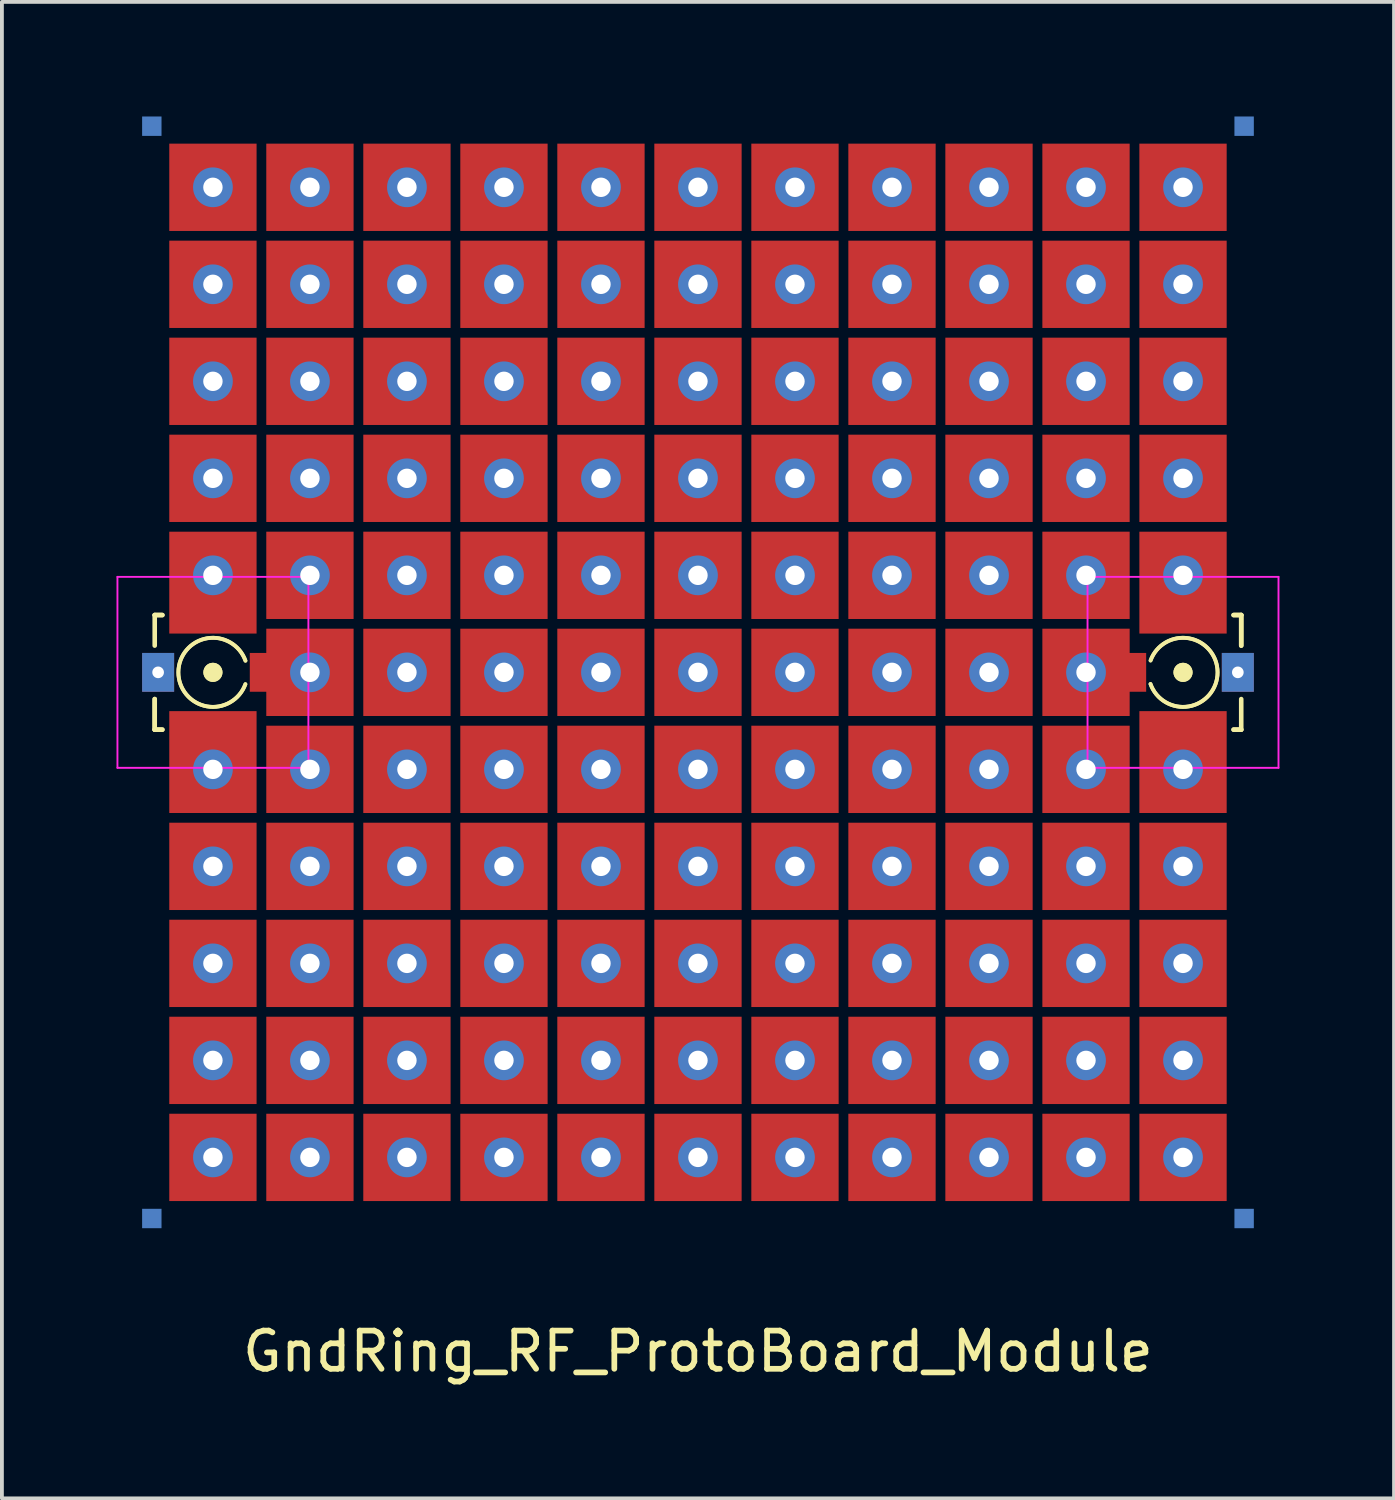
<source format=kicad_pcb>
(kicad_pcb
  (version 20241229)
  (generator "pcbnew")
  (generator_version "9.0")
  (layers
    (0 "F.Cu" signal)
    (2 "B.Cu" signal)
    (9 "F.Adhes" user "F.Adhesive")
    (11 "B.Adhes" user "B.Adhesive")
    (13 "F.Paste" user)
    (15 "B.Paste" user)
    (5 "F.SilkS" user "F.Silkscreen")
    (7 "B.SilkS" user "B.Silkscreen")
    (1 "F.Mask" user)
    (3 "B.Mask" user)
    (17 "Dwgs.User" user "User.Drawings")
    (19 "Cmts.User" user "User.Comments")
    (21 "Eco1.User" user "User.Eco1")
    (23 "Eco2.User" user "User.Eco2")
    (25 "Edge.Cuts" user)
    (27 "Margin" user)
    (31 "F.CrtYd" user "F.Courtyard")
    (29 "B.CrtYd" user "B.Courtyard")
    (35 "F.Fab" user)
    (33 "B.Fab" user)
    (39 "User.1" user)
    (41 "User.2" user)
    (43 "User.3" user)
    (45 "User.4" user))
  (footprint "GndRing_RF_ProtoBoard_Module"
    (layer "F.Cu")
    (at 15.225 14.554)
    (property "Reference" "GndRing_RF_ProtoBoard_Module" (at 0 17.78 0) (unlocked yes) (layer "F.SilkS") (effects (font (size 1 1) (thickness 0.15))))
    (attr exclude_from_bom)
    (fp_line (start -14.224 -1.5) (end -14.024 -1.5) (stroke (width 0.12) (type solid)) (layer "F.SilkS"))
    (fp_line (start -14.224 -1.5) (end -14.024 -1.5) (stroke (width 0.12) (type solid)) (layer "F.SilkS"))
    (fp_line (start -14.224 -0.7) (end -14.224 -1.5) (stroke (width 0.12) (type solid)) (layer "F.SilkS"))
    (fp_line (start -14.224 1.5) (end -14.224 0.7) (stroke (width 0.12) (type solid)) (layer "F.SilkS"))
    (fp_line (start -14.224 1.5) (end -14.224 0.7) (stroke (width 0.12) (type solid)) (layer "F.SilkS"))
    (fp_line (start -14.024 1.5) (end -14.224 1.5) (stroke (width 0.12) (type solid)) (layer "F.SilkS"))
    (fp_line (start -14.024 1.5) (end -14.224 1.5) (stroke (width 0.12) (type solid)) (layer "F.SilkS"))
    (fp_line (start 14.024 -1.5) (end 14.224 -1.5) (stroke (width 0.12) (type solid)) (layer "F.SilkS"))
    (fp_line (start 14.024 -1.5) (end 14.224 -1.5) (stroke (width 0.12) (type solid)) (layer "F.SilkS"))
    (fp_line (start 14.224 -1.5) (end 14.224 -0.7) (stroke (width 0.12) (type solid)) (layer "F.SilkS"))
    (fp_line (start 14.224 -1.5) (end 14.224 -0.7) (stroke (width 0.12) (type solid)) (layer "F.SilkS"))
    (fp_line (start 14.224 0.7) (end 14.224 1.5) (stroke (width 0.12) (type solid)) (layer "F.SilkS"))
    (fp_line (start 14.224 1.5) (end 14.024 1.5) (stroke (width 0.12) (type solid)) (layer "F.SilkS"))
    (fp_line (start 14.224 1.5) (end 14.024 1.5) (stroke (width 0.12) (type solid)) (layer "F.SilkS"))
    (fp_arc (start -11.85 0.31) (mid -13.604761 -0.002674) (end -11.848183 -0.304971) (stroke (width 0.1) (type default)) (layer "F.SilkS"))
    (fp_arc (start -11.85 0.31) (mid -13.604761 -0.002674) (end -11.848183 -0.304971) (stroke (width 0.1) (type default)) (layer "F.SilkS"))
    (fp_arc (start 11.85 -0.31) (mid 13.604761 0.002674) (end 11.848183 0.304971) (stroke (width 0.1) (type default)) (layer "F.SilkS"))
    (fp_arc (start 11.85 -0.31) (mid 13.604761 0.002674) (end 11.848183 0.304971) (stroke (width 0.1) (type default)) (layer "F.SilkS"))
    (fp_circle (center -12.7 0) (end -12.7 -0.2) (stroke (width 0.1) (type solid)) (fill no) (layer "F.SilkS"))
    (fp_circle (center -12.7 0) (end -12.7 -0.2) (stroke (width 0.1) (type solid)) (fill no) (layer "F.SilkS"))
    (fp_circle (center -12.7 0) (end -12.7 -0.125) (stroke (width 0.1) (type solid)) (fill no) (layer "F.SilkS"))
    (fp_circle (center -12.7 0) (end -12.7 -0.125) (stroke (width 0.1) (type solid)) (fill no) (layer "F.SilkS"))
    (fp_circle (center -12.7 0) (end -12.7 -0.05) (stroke (width 0.1) (type solid)) (fill no) (layer "F.SilkS"))
    (fp_circle (center -12.7 0) (end -12.7 -0.05) (stroke (width 0.1) (type solid)) (fill no) (layer "F.SilkS"))
    (fp_circle (center 12.7 0) (end 12.7 0.05) (stroke (width 0.1) (type solid)) (fill no) (layer "F.SilkS"))
    (fp_circle (center 12.7 0) (end 12.7 0.05) (stroke (width 0.1) (type solid)) (fill no) (layer "F.SilkS"))
    (fp_circle (center 12.7 0) (end 12.7 0.125) (stroke (width 0.1) (type solid)) (fill no) (layer "F.SilkS"))
    (fp_circle (center 12.7 0) (end 12.7 0.125) (stroke (width 0.1) (type solid)) (fill no) (layer "F.SilkS"))
    (fp_circle (center 12.7 0) (end 12.7 0.2) (stroke (width 0.1) (type solid)) (fill no) (layer "F.SilkS"))
    (fp_circle (center 12.7 0) (end 12.7 0.2) (stroke (width 0.1) (type solid)) (fill no) (layer "F.SilkS"))
    (fp_line (start -15.2 -2.5) (end -15.2 2.5) (stroke (width 0.05) (type solid)) (layer "F.CrtYd"))
    (fp_line (start -15.2 2.5) (end -10.2 2.5) (stroke (width 0.05) (type solid)) (layer "F.CrtYd"))
    (fp_line (start -10.2 -2.5) (end -15.2 -2.5) (stroke (width 0.05) (type solid)) (layer "F.CrtYd"))
    (fp_line (start -10.2 2.5) (end -10.2 -2.5) (stroke (width 0.05) (type solid)) (layer "F.CrtYd"))
    (fp_line (start 10.2 -2.5) (end 10.2 2.5) (stroke (width 0.05) (type solid)) (layer "F.CrtYd"))
    (fp_line (start 10.2 2.5) (end 15.2 2.5) (stroke (width 0.05) (type solid)) (layer "F.CrtYd"))
    (fp_line (start 15.2 -2.5) (end 10.2 -2.5) (stroke (width 0.05) (type solid)) (layer "F.CrtYd"))
    (fp_line (start 15.2 2.5) (end 15.2 -2.5) (stroke (width 0.05) (type solid)) (layer "F.CrtYd"))
    (pad "" smd circle (at -12.7 -12.7) (size 2.134 2.134) (layers "B.Mask"))
    (pad "" smd circle (at -12.7 -10.16) (size 2.134 2.134) (layers "B.Mask"))
    (pad "" smd circle (at -12.7 -7.62) (size 2.134 2.134) (layers "B.Mask"))
    (pad "" smd circle (at -12.7 -5.08) (size 2.134 2.134) (layers "B.Mask"))
    (pad "" smd circle (at -12.7 -2.54) (size 2.134 2.134) (layers "B.Mask"))
    (pad "" smd circle (at -12.7 2.54 180) (size 2.134 2.134) (layers "B.Mask"))
    (pad "" smd circle (at -12.7 5.08) (size 2.134 2.134) (layers "B.Mask"))
    (pad "" smd circle (at -12.7 7.62) (size 2.134 2.134) (layers "B.Mask"))
    (pad "" smd circle (at -12.7 10.16) (size 2.134 2.134) (layers "B.Mask"))
    (pad "" smd circle (at -12.7 12.7) (size 2.134 2.134) (layers "B.Mask"))
    (pad "" smd circle (at -10.16 -12.7) (size 2.134 2.134) (layers "B.Mask"))
    (pad "" smd circle (at -10.16 -10.16) (size 2.134 2.134) (layers "B.Mask"))
    (pad "" smd circle (at -10.16 -7.62) (size 2.134 2.134) (layers "B.Mask"))
    (pad "" smd circle (at -10.16 -5.08) (size 2.134 2.134) (layers "B.Mask"))
    (pad "" smd circle (at -10.16 -2.54) (size 2.134 2.134) (layers "B.Mask"))
    (pad "" smd circle (at -10.16 0 180) (size 2.134 2.134) (layers "B.Mask"))
    (pad "" smd circle (at -10.16 2.54) (size 2.134 2.134) (layers "B.Mask"))
    (pad "" smd circle (at -10.16 5.08) (size 2.134 2.134) (layers "B.Mask"))
    (pad "" smd circle (at -10.16 7.62) (size 2.134 2.134) (layers "B.Mask"))
    (pad "" smd circle (at -10.16 10.16) (size 2.134 2.134) (layers "B.Mask"))
    (pad "" smd circle (at -10.16 12.7) (size 2.134 2.134) (layers "B.Mask"))
    (pad "" smd circle (at -7.62 -12.7) (size 2.134 2.134) (layers "B.Mask"))
    (pad "" smd circle (at -7.62 -10.16) (size 2.134 2.134) (layers "B.Mask"))
    (pad "" smd circle (at -7.62 -7.62) (size 2.134 2.134) (layers "B.Mask"))
    (pad "" smd circle (at -7.62 -5.08) (size 2.134 2.134) (layers "B.Mask"))
    (pad "" smd circle (at -7.62 -2.54) (size 2.134 2.134) (layers "B.Mask"))
    (pad "" smd circle (at -7.62 0) (size 2.134 2.134) (layers "B.Mask"))
    (pad "" smd circle (at -7.62 2.54) (size 2.134 2.134) (layers "B.Mask"))
    (pad "" smd circle (at -7.62 5.08) (size 2.134 2.134) (layers "B.Mask"))
    (pad "" smd circle (at -7.62 7.62) (size 2.134 2.134) (layers "B.Mask"))
    (pad "" smd circle (at -7.62 10.16) (size 2.134 2.134) (layers "B.Mask"))
    (pad "" smd circle (at -7.62 12.7) (size 2.134 2.134) (layers "B.Mask"))
    (pad "" smd circle (at -5.08 -12.7) (size 2.134 2.134) (layers "B.Mask"))
    (pad "" smd circle (at -5.08 -10.16) (size 2.134 2.134) (layers "B.Mask"))
    (pad "" smd circle (at -5.08 -7.62) (size 2.134 2.134) (layers "B.Mask"))
    (pad "" smd circle (at -5.08 -5.08) (size 2.134 2.134) (layers "B.Mask"))
    (pad "" smd circle (at -5.08 -2.54) (size 2.134 2.134) (layers "B.Mask"))
    (pad "" smd circle (at -5.08 0) (size 2.134 2.134) (layers "B.Mask"))
    (pad "" smd circle (at -5.08 2.54) (size 2.134 2.134) (layers "B.Mask"))
    (pad "" smd circle (at -5.08 5.08) (size 2.134 2.134) (layers "B.Mask"))
    (pad "" smd circle (at -5.08 7.62) (size 2.134 2.134) (layers "B.Mask"))
    (pad "" smd circle (at -5.08 10.16) (size 2.134 2.134) (layers "B.Mask"))
    (pad "" smd circle (at -5.08 12.7) (size 2.134 2.134) (layers "B.Mask"))
    (pad "" smd circle (at -2.54 -12.7) (size 2.134 2.134) (layers "B.Mask"))
    (pad "" smd circle (at -2.54 -10.16) (size 2.134 2.134) (layers "B.Mask"))
    (pad "" smd circle (at -2.54 -7.62) (size 2.134 2.134) (layers "B.Mask"))
    (pad "" smd circle (at -2.54 -5.08) (size 2.134 2.134) (layers "B.Mask"))
    (pad "" smd circle (at -2.54 -2.54) (size 2.134 2.134) (layers "B.Mask"))
    (pad "" smd circle (at -2.54 0) (size 2.134 2.134) (layers "B.Mask"))
    (pad "" smd circle (at -2.54 2.54) (size 2.134 2.134) (layers "B.Mask"))
    (pad "" smd circle (at -2.54 5.08) (size 2.134 2.134) (layers "B.Mask"))
    (pad "" smd circle (at -2.54 7.62) (size 2.134 2.134) (layers "B.Mask"))
    (pad "" smd circle (at -2.54 10.16) (size 2.134 2.134) (layers "B.Mask"))
    (pad "" smd circle (at -2.54 12.7) (size 2.134 2.134) (layers "B.Mask"))
    (pad "" smd circle (at 0 -12.7) (size 2.134 2.134) (layers "B.Mask"))
    (pad "" smd circle (at 0 -10.16) (size 2.134 2.134) (layers "B.Mask"))
    (pad "" smd circle (at 0 -7.62) (size 2.134 2.134) (layers "B.Mask"))
    (pad "" smd circle (at 0 -5.08) (size 2.134 2.134) (layers "B.Mask"))
    (pad "" smd circle (at 0 -2.54) (size 2.134 2.134) (layers "B.Mask"))
    (pad "" smd circle (at 0 0) (size 2.134 2.134) (layers "B.Mask"))
    (pad "" smd rect (at 0 0) (size 29.108 29.108) (layers "F.Mask"))
    (pad "" smd circle (at 0 2.54) (size 2.134 2.134) (layers "B.Mask"))
    (pad "" smd circle (at 0 5.08) (size 2.134 2.134) (layers "B.Mask"))
    (pad "" smd circle (at 0 7.62) (size 2.134 2.134) (layers "B.Mask"))
    (pad "" smd circle (at 0 10.16) (size 2.134 2.134) (layers "B.Mask"))
    (pad "" smd circle (at 0 12.7) (size 2.134 2.134) (layers "B.Mask"))
    (pad "" smd circle (at 2.54 -12.7) (size 2.134 2.134) (layers "B.Mask"))
    (pad "" smd circle (at 2.54 -10.16) (size 2.134 2.134) (layers "B.Mask"))
    (pad "" smd circle (at 2.54 -7.62) (size 2.134 2.134) (layers "B.Mask"))
    (pad "" smd circle (at 2.54 -5.08) (size 2.134 2.134) (layers "B.Mask"))
    (pad "" smd circle (at 2.54 -2.54) (size 2.134 2.134) (layers "B.Mask"))
    (pad "" smd circle (at 2.54 0) (size 2.134 2.134) (layers "B.Mask"))
    (pad "" smd circle (at 2.54 2.54) (size 2.134 2.134) (layers "B.Mask"))
    (pad "" smd circle (at 2.54 5.08) (size 2.134 2.134) (layers "B.Mask"))
    (pad "" smd circle (at 2.54 7.62) (size 2.134 2.134) (layers "B.Mask"))
    (pad "" smd circle (at 2.54 10.16) (size 2.134 2.134) (layers "B.Mask"))
    (pad "" smd circle (at 2.54 12.7) (size 2.134 2.134) (layers "B.Mask"))
    (pad "" smd circle (at 5.08 -12.7) (size 2.134 2.134) (layers "B.Mask"))
    (pad "" smd circle (at 5.08 -10.16) (size 2.134 2.134) (layers "B.Mask"))
    (pad "" smd circle (at 5.08 -7.62) (size 2.134 2.134) (layers "B.Mask"))
    (pad "" smd circle (at 5.08 -5.08) (size 2.134 2.134) (layers "B.Mask"))
    (pad "" smd circle (at 5.08 -2.54) (size 2.134 2.134) (layers "B.Mask"))
    (pad "" smd circle (at 5.08 0) (size 2.134 2.134) (layers "B.Mask"))
    (pad "" smd circle (at 5.08 2.54) (size 2.134 2.134) (layers "B.Mask"))
    (pad "" smd circle (at 5.08 5.08) (size 2.134 2.134) (layers "B.Mask"))
    (pad "" smd circle (at 5.08 7.62) (size 2.134 2.134) (layers "B.Mask"))
    (pad "" smd circle (at 5.08 10.16) (size 2.134 2.134) (layers "B.Mask"))
    (pad "" smd circle (at 5.08 12.7) (size 2.134 2.134) (layers "B.Mask"))
    (pad "" smd circle (at 7.62 -12.7) (size 2.134 2.134) (layers "B.Mask"))
    (pad "" smd circle (at 7.62 -10.16) (size 2.134 2.134) (layers "B.Mask"))
    (pad "" smd circle (at 7.62 -7.62) (size 2.134 2.134) (layers "B.Mask"))
    (pad "" smd circle (at 7.62 -5.08) (size 2.134 2.134) (layers "B.Mask"))
    (pad "" smd circle (at 7.62 -2.54) (size 2.134 2.134) (layers "B.Mask"))
    (pad "" smd circle (at 7.62 0) (size 2.134 2.134) (layers "B.Mask"))
    (pad "" smd circle (at 7.62 2.54) (size 2.134 2.134) (layers "B.Mask"))
    (pad "" smd circle (at 7.62 5.08) (size 2.134 2.134) (layers "B.Mask"))
    (pad "" smd circle (at 7.62 7.62) (size 2.134 2.134) (layers "B.Mask"))
    (pad "" smd circle (at 7.62 10.16) (size 2.134 2.134) (layers "B.Mask"))
    (pad "" smd circle (at 7.62 12.7) (size 2.134 2.134) (layers "B.Mask"))
    (pad "" smd circle (at 10.16 -12.7) (size 2.134 2.134) (layers "B.Mask"))
    (pad "" smd circle (at 10.16 -10.16) (size 2.134 2.134) (layers "B.Mask"))
    (pad "" smd circle (at 10.16 -7.62) (size 2.134 2.134) (layers "B.Mask"))
    (pad "" smd circle (at 10.16 -5.08) (size 2.134 2.134) (layers "B.Mask"))
    (pad "" smd circle (at 10.16 -2.54) (size 2.134 2.134) (layers "B.Mask"))
    (pad "" smd circle (at 10.16 0) (size 2.134 2.134) (layers "B.Mask"))
    (pad "" smd circle (at 10.16 2.54) (size 2.134 2.134) (layers "B.Mask"))
    (pad "" smd circle (at 10.16 5.08) (size 2.134 2.134) (layers "B.Mask"))
    (pad "" smd circle (at 10.16 7.62) (size 2.134 2.134) (layers "B.Mask"))
    (pad "" smd circle (at 10.16 10.16) (size 2.134 2.134) (layers "B.Mask"))
    (pad "" smd circle (at 10.16 12.7) (size 2.134 2.134) (layers "B.Mask"))
    (pad "" smd circle (at 12.7 -12.7) (size 2.134 2.134) (layers "B.Mask"))
    (pad "" smd circle (at 12.7 -10.16) (size 2.134 2.134) (layers "B.Mask"))
    (pad "" smd circle (at 12.7 -7.62) (size 2.134 2.134) (layers "B.Mask"))
    (pad "" smd circle (at 12.7 -5.08) (size 2.134 2.134) (layers "B.Mask"))
    (pad "" smd circle (at 12.7 -2.54) (size 2.134 2.134) (layers "B.Mask"))
    (pad "" smd circle (at 12.7 2.54 180) (size 2.134 2.134) (layers "B.Mask"))
    (pad "" smd circle (at 12.7 5.08) (size 2.134 2.134) (layers "B.Mask"))
    (pad "" smd circle (at 12.7 7.62) (size 2.134 2.134) (layers "B.Mask"))
    (pad "" smd circle (at 12.7 10.16) (size 2.134 2.134) (layers "B.Mask"))
    (pad "" smd circle (at 12.7 12.7) (size 2.134 2.134) (layers "B.Mask"))
    (pad "0" smd rect (at -14.3 -14.3) (size 0.508 0.508) (layers "B.Cu"))
    (pad "0" smd rect (at -14.3 14.3) (size 0.508 0.508) (layers "B.Cu"))
    (pad "0" smd rect (at 14.3 -14.3) (size 0.508 0.508) (layers "B.Cu"))
    (pad "0" smd rect (at 14.3 14.3) (size 0.508 0.508) (layers "B.Cu"))
    (pad "1a" thru_hole circle (at -12.7 -12.7) (size 1.041 1.041) (drill 0.508) (layers "*.Cu" "*.Mask"))
    (pad "1a" smd rect (at -12.7 -12.7) (size 2.286 2.286) (layers "F.Cu" "F.Mask"))
    (pad "1b" thru_hole circle (at -10.16 -12.7) (size 1.041 1.041) (drill 0.508) (layers "*.Cu" "*.Mask"))
    (pad "1b" smd rect (at -10.16 -12.7) (size 2.286 2.286) (layers "F.Cu" "F.Mask"))
    (pad "1c" thru_hole circle (at -7.62 -12.7) (size 1.041 1.041) (drill 0.508) (layers "*.Cu" "*.Mask"))
    (pad "1c" smd rect (at -7.62 -12.7) (size 2.286 2.286) (layers "F.Cu" "F.Mask"))
    (pad "1d" thru_hole circle (at -5.08 -12.7) (size 1.041 1.041) (drill 0.508) (layers "*.Cu" "*.Mask"))
    (pad "1d" smd rect (at -5.08 -12.7) (size 2.286 2.286) (layers "F.Cu" "F.Mask"))
    (pad "1e" thru_hole circle (at -2.54 -12.7) (size 1.041 1.041) (drill 0.508) (layers "*.Cu" "*.Mask"))
    (pad "1e" smd rect (at -2.54 -12.7) (size 2.286 2.286) (layers "F.Cu" "F.Mask"))
    (pad "1f" thru_hole circle (at 0 -12.7) (size 1.041 1.041) (drill 0.508) (layers "*.Cu" "*.Mask"))
    (pad "1f" smd rect (at 0 -12.7) (size 2.286 2.286) (layers "F.Cu" "F.Mask"))
    (pad "1g" thru_hole circle (at 2.54 -12.7) (size 1.041 1.041) (drill 0.508) (layers "*.Cu" "*.Mask"))
    (pad "1g" smd rect (at 2.54 -12.7) (size 2.286 2.286) (layers "F.Cu" "F.Mask"))
    (pad "1h" thru_hole circle (at 5.08 -12.7) (size 1.041 1.041) (drill 0.508) (layers "*.Cu" "*.Mask"))
    (pad "1h" smd rect (at 5.08 -12.7) (size 2.286 2.286) (layers "F.Cu" "F.Mask"))
    (pad "1i" thru_hole circle (at 7.62 -12.7) (size 1.041 1.041) (drill 0.508) (layers "*.Cu" "*.Mask"))
    (pad "1i" smd rect (at 7.62 -12.7) (size 2.286 2.286) (layers "F.Cu" "F.Mask"))
    (pad "1j" thru_hole circle (at 10.16 -12.7) (size 1.041 1.041) (drill 0.508) (layers "*.Cu" "*.Mask"))
    (pad "1j" smd rect (at 10.16 -12.7) (size 2.286 2.286) (layers "F.Cu" "F.Mask"))
    (pad "1k" thru_hole circle (at 12.7 -12.7) (size 1.041 1.041) (drill 0.508) (layers "*.Cu" "*.Mask"))
    (pad "1k" smd rect (at 12.7 -12.7) (size 2.286 2.286) (layers "F.Cu" "F.Mask"))
    (pad "2a" thru_hole circle (at -12.7 -10.16) (size 1.041 1.041) (drill 0.508) (layers "*.Cu" "*.Mask"))
    (pad "2a" smd rect (at -12.7 -10.16) (size 2.286 2.286) (layers "F.Cu" "F.Mask"))
    (pad "2b" thru_hole circle (at -10.16 -10.16) (size 1.041 1.041) (drill 0.508) (layers "*.Cu" "*.Mask"))
    (pad "2b" smd rect (at -10.16 -10.16) (size 2.286 2.286) (layers "F.Cu" "F.Mask"))
    (pad "2c" thru_hole circle (at -7.62 -10.16) (size 1.041 1.041) (drill 0.508) (layers "*.Cu" "*.Mask"))
    (pad "2c" smd rect (at -7.62 -10.16) (size 2.286 2.286) (layers "F.Cu" "F.Mask"))
    (pad "2d" thru_hole circle (at -5.08 -10.16) (size 1.041 1.041) (drill 0.508) (layers "*.Cu" "*.Mask"))
    (pad "2d" smd rect (at -5.08 -10.16) (size 2.286 2.286) (layers "F.Cu" "F.Mask"))
    (pad "2e" thru_hole circle (at -2.54 -10.16) (size 1.041 1.041) (drill 0.508) (layers "*.Cu" "*.Mask"))
    (pad "2e" smd rect (at -2.54 -10.16) (size 2.286 2.286) (layers "F.Cu" "F.Mask"))
    (pad "2f" thru_hole circle (at 0 -10.16) (size 1.041 1.041) (drill 0.508) (layers "*.Cu" "*.Mask"))
    (pad "2f" smd rect (at 0 -10.16) (size 2.286 2.286) (layers "F.Cu" "F.Mask"))
    (pad "2g" thru_hole circle (at 2.54 -10.16) (size 1.041 1.041) (drill 0.508) (layers "*.Cu" "*.Mask"))
    (pad "2g" smd rect (at 2.54 -10.16) (size 2.286 2.286) (layers "F.Cu" "F.Mask"))
    (pad "2h" thru_hole circle (at 5.08 -10.16) (size 1.041 1.041) (drill 0.508) (layers "*.Cu" "*.Mask"))
    (pad "2h" smd rect (at 5.08 -10.16) (size 2.286 2.286) (layers "F.Cu" "F.Mask"))
    (pad "2i" thru_hole circle (at 7.62 -10.16) (size 1.041 1.041) (drill 0.508) (layers "*.Cu" "*.Mask"))
    (pad "2i" smd rect (at 7.62 -10.16) (size 2.286 2.286) (layers "F.Cu" "F.Mask"))
    (pad "2j" thru_hole circle (at 10.16 -10.16) (size 1.041 1.041) (drill 0.508) (layers "*.Cu" "*.Mask"))
    (pad "2j" smd rect (at 10.16 -10.16) (size 2.286 2.286) (layers "F.Cu" "F.Mask"))
    (pad "2k" thru_hole circle (at 12.7 -10.16) (size 1.041 1.041) (drill 0.508) (layers "*.Cu" "*.Mask"))
    (pad "2k" smd rect (at 12.7 -10.16) (size 2.286 2.286) (layers "F.Cu" "F.Mask"))
    (pad "3a" thru_hole circle (at -12.7 -7.62) (size 1.041 1.041) (drill 0.508) (layers "*.Cu" "*.Mask"))
    (pad "3a" smd rect (at -12.7 -7.62) (size 2.286 2.286) (layers "F.Cu" "F.Mask"))
    (pad "3b" thru_hole circle (at -10.16 -7.62) (size 1.041 1.041) (drill 0.508) (layers "*.Cu" "*.Mask"))
    (pad "3b" smd rect (at -10.16 -7.62) (size 2.286 2.286) (layers "F.Cu" "F.Mask"))
    (pad "3c" thru_hole circle (at -7.62 -7.62) (size 1.041 1.041) (drill 0.508) (layers "*.Cu" "*.Mask"))
    (pad "3c" smd rect (at -7.62 -7.62) (size 2.286 2.286) (layers "F.Cu" "F.Mask"))
    (pad "3d" thru_hole circle (at -5.08 -7.62) (size 1.041 1.041) (drill 0.508) (layers "*.Cu" "*.Mask"))
    (pad "3d" smd rect (at -5.08 -7.62) (size 2.286 2.286) (layers "F.Cu" "F.Mask"))
    (pad "3e" thru_hole circle (at -2.54 -7.62) (size 1.041 1.041) (drill 0.508) (layers "*.Cu" "*.Mask"))
    (pad "3e" smd rect (at -2.54 -7.62) (size 2.286 2.286) (layers "F.Cu" "F.Mask"))
    (pad "3f" thru_hole circle (at 0 -7.62) (size 1.041 1.041) (drill 0.508) (layers "*.Cu" "*.Mask"))
    (pad "3f" smd rect (at 0 -7.62) (size 2.286 2.286) (layers "F.Cu" "F.Mask"))
    (pad "3g" thru_hole circle (at 2.54 -7.62) (size 1.041 1.041) (drill 0.508) (layers "*.Cu" "*.Mask"))
    (pad "3g" smd rect (at 2.54 -7.62) (size 2.286 2.286) (layers "F.Cu" "F.Mask"))
    (pad "3h" thru_hole circle (at 5.08 -7.62) (size 1.041 1.041) (drill 0.508) (layers "*.Cu" "*.Mask"))
    (pad "3h" smd rect (at 5.08 -7.62) (size 2.286 2.286) (layers "F.Cu" "F.Mask"))
    (pad "3i" thru_hole circle (at 7.62 -7.62) (size 1.041 1.041) (drill 0.508) (layers "*.Cu" "*.Mask"))
    (pad "3i" smd rect (at 7.62 -7.62) (size 2.286 2.286) (layers "F.Cu" "F.Mask"))
    (pad "3j" thru_hole circle (at 10.16 -7.62) (size 1.041 1.041) (drill 0.508) (layers "*.Cu" "*.Mask"))
    (pad "3j" smd rect (at 10.16 -7.62) (size 2.286 2.286) (layers "F.Cu" "F.Mask"))
    (pad "3k" thru_hole circle (at 12.7 -7.62) (size 1.041 1.041) (drill 0.508) (layers "*.Cu" "*.Mask"))
    (pad "3k" smd rect (at 12.7 -7.62) (size 2.286 2.286) (layers "F.Cu" "F.Mask"))
    (pad "4a" thru_hole circle (at -12.7 -5.08) (size 1.041 1.041) (drill 0.508) (layers "*.Cu" "*.Mask"))
    (pad "4a" smd rect (at -12.7 -5.08) (size 2.286 2.286) (layers "F.Cu" "F.Mask"))
    (pad "4b" thru_hole circle (at -10.16 -5.08) (size 1.041 1.041) (drill 0.508) (layers "*.Cu" "*.Mask"))
    (pad "4b" smd rect (at -10.16 -5.08) (size 2.286 2.286) (layers "F.Cu" "F.Mask"))
    (pad "4c" thru_hole circle (at -7.62 -5.08) (size 1.041 1.041) (drill 0.508) (layers "*.Cu" "*.Mask"))
    (pad "4c" smd rect (at -7.62 -5.08) (size 2.286 2.286) (layers "F.Cu" "F.Mask"))
    (pad "4d" thru_hole circle (at -5.08 -5.08) (size 1.041 1.041) (drill 0.508) (layers "*.Cu" "*.Mask"))
    (pad "4d" smd rect (at -5.08 -5.08) (size 2.286 2.286) (layers "F.Cu" "F.Mask"))
    (pad "4e" thru_hole circle (at -2.54 -5.08) (size 1.041 1.041) (drill 0.508) (layers "*.Cu" "*.Mask"))
    (pad "4e" smd rect (at -2.54 -5.08) (size 2.286 2.286) (layers "F.Cu" "F.Mask"))
    (pad "4f" thru_hole circle (at 0 -5.08) (size 1.041 1.041) (drill 0.508) (layers "*.Cu" "*.Mask"))
    (pad "4f" smd rect (at 0 -5.08) (size 2.286 2.286) (layers "F.Cu" "F.Mask"))
    (pad "4g" thru_hole circle (at 2.54 -5.08) (size 1.041 1.041) (drill 0.508) (layers "*.Cu" "*.Mask"))
    (pad "4g" smd rect (at 2.54 -5.08) (size 2.286 2.286) (layers "F.Cu" "F.Mask"))
    (pad "4h" thru_hole circle (at 5.08 -5.08) (size 1.041 1.041) (drill 0.508) (layers "*.Cu" "*.Mask"))
    (pad "4h" smd rect (at 5.08 -5.08) (size 2.286 2.286) (layers "F.Cu" "F.Mask"))
    (pad "4i" thru_hole circle (at 7.62 -5.08) (size 1.041 1.041) (drill 0.508) (layers "*.Cu" "*.Mask"))
    (pad "4i" smd rect (at 7.62 -5.08) (size 2.286 2.286) (layers "F.Cu" "F.Mask"))
    (pad "4j" thru_hole circle (at 10.16 -5.08) (size 1.041 1.041) (drill 0.508) (layers "*.Cu" "*.Mask"))
    (pad "4j" smd rect (at 10.16 -5.08) (size 2.286 2.286) (layers "F.Cu" "F.Mask"))
    (pad "4k" thru_hole circle (at 12.7 -5.08) (size 1.041 1.041) (drill 0.508) (layers "*.Cu" "*.Mask"))
    (pad "4k" smd rect (at 12.7 -5.08) (size 2.286 2.286) (layers "F.Cu" "F.Mask"))
    (pad "5a" thru_hole circle (at -12.7 -2.54) (size 1.041 1.041) (drill 0.508) (layers "*.Cu" "*.Mask"))
    (pad "5a" smd rect (at -12.7 -2.349) (size 2.286 2.667) (layers "F.Cu" "F.Mask"))
    (pad "5b" thru_hole circle (at -10.16 -2.54) (size 1.041 1.041) (drill 0.508) (layers "*.Cu" "*.Mask"))
    (pad "5b" smd rect (at -10.16 -2.54) (size 2.286 2.286) (layers "F.Cu" "F.Mask"))
    (pad "5c" thru_hole circle (at -7.62 -2.54) (size 1.041 1.041) (drill 0.508) (layers "*.Cu" "*.Mask"))
    (pad "5c" smd rect (at -7.62 -2.54) (size 2.286 2.286) (layers "F.Cu" "F.Mask"))
    (pad "5d" thru_hole circle (at -5.08 -2.54) (size 1.041 1.041) (drill 0.508) (layers "*.Cu" "*.Mask"))
    (pad "5d" smd rect (at -5.08 -2.54) (size 2.286 2.286) (layers "F.Cu" "F.Mask"))
    (pad "5e" thru_hole circle (at -2.54 -2.54) (size 1.041 1.041) (drill 0.508) (layers "*.Cu" "*.Mask"))
    (pad "5e" smd rect (at -2.54 -2.54) (size 2.286 2.286) (layers "F.Cu" "F.Mask"))
    (pad "5f" thru_hole circle (at 0 -2.54) (size 1.041 1.041) (drill 0.508) (layers "*.Cu" "*.Mask"))
    (pad "5f" smd rect (at 0 -2.54) (size 2.286 2.286) (layers "F.Cu" "F.Mask"))
    (pad "5g" thru_hole circle (at 2.54 -2.54) (size 1.041 1.041) (drill 0.508) (layers "*.Cu" "*.Mask"))
    (pad "5g" smd rect (at 2.54 -2.54) (size 2.286 2.286) (layers "F.Cu" "F.Mask"))
    (pad "5h" thru_hole circle (at 5.08 -2.54) (size 1.041 1.041) (drill 0.508) (layers "*.Cu" "*.Mask"))
    (pad "5h" smd rect (at 5.08 -2.54) (size 2.286 2.286) (layers "F.Cu" "F.Mask"))
    (pad "5i" thru_hole circle (at 7.62 -2.54) (size 1.041 1.041) (drill 0.508) (layers "*.Cu" "*.Mask"))
    (pad "5i" smd rect (at 7.62 -2.54) (size 2.286 2.286) (layers "F.Cu" "F.Mask"))
    (pad "5j" thru_hole circle (at 10.16 -2.54) (size 1.041 1.041) (drill 0.508) (layers "*.Cu" "*.Mask"))
    (pad "5j" smd rect (at 10.16 -2.54) (size 2.286 2.286) (layers "F.Cu" "F.Mask"))
    (pad "5k" thru_hole circle (at 12.7 -2.54) (size 1.041 1.041) (drill 0.508) (layers "*.Cu" "*.Mask"))
    (pad "5k" smd rect (at 12.7 -2.349) (size 2.286 2.667) (layers "F.Cu" "F.Mask"))
    (pad "6a" thru_hole rect (at -14.135 0) (size 0.838 1.016) (drill 0.305) (layers "*.Cu" "F.Mask"))
    (pad "6b" thru_hole circle (at -10.16 0 180) (size 1.041 1.041) (drill 0.508) (layers "*.Cu" "*.Mask"))
    (pad "6b" smd custom (at -10.16 0 180) (size 2.286 2.286) (layers "F.Cu" "F.Mask") (options (anchor rect)) (primitives (gr_rect (start 0.559 -0.508) (end 1.575 0.508) (width 0) (fill yes))))
    (pad "6c" thru_hole circle (at -7.62 0) (size 1.041 1.041) (drill 0.508) (layers "*.Cu" "*.Mask"))
    (pad "6c" smd rect (at -7.62 0) (size 2.286 2.286) (layers "F.Cu" "F.Mask"))
    (pad "6d" thru_hole circle (at -5.08 0) (size 1.041 1.041) (drill 0.508) (layers "*.Cu" "*.Mask"))
    (pad "6d" smd rect (at -5.08 0) (size 2.286 2.286) (layers "F.Cu" "F.Mask"))
    (pad "6e" thru_hole circle (at -2.54 0) (size 1.041 1.041) (drill 0.508) (layers "*.Cu" "*.Mask"))
    (pad "6e" smd rect (at -2.54 0) (size 2.286 2.286) (layers "F.Cu" "F.Mask"))
    (pad "6f" thru_hole circle (at 0 0) (size 1.041 1.041) (drill 0.508) (layers "*.Cu" "*.Mask"))
    (pad "6f" smd rect (at 0 0) (size 2.286 2.286) (layers "F.Cu" "F.Mask"))
    (pad "6g" thru_hole circle (at 2.54 0) (size 1.041 1.041) (drill 0.508) (layers "*.Cu" "*.Mask"))
    (pad "6g" smd rect (at 2.54 0) (size 2.286 2.286) (layers "F.Cu" "F.Mask"))
    (pad "6h" thru_hole circle (at 5.08 0) (size 1.041 1.041) (drill 0.508) (layers "*.Cu" "*.Mask"))
    (pad "6h" smd rect (at 5.08 0) (size 2.286 2.286) (layers "F.Cu" "F.Mask"))
    (pad "6i" thru_hole circle (at 7.62 0) (size 1.041 1.041) (drill 0.508) (layers "*.Cu" "*.Mask"))
    (pad "6i" smd rect (at 7.62 0) (size 2.286 2.286) (layers "F.Cu" "F.Mask"))
    (pad "6j" thru_hole circle (at 10.16 0) (size 1.041 1.041) (drill 0.508) (layers "*.Cu" "*.Mask"))
    (pad "6j" smd custom (at 10.16 0) (size 2.286 2.286) (layers "F.Cu" "F.Mask") (options (anchor rect)) (primitives (gr_rect (start 0.559 -0.508) (end 1.575 0.508) (width 0) (fill yes))))
    (pad "6k" thru_hole rect (at 14.135 0 180) (size 0.838 1.016) (drill 0.305) (layers "*.Cu" "F.Mask"))
    (pad "7a" smd rect (at -12.7 2.349 180) (size 2.286 2.667) (layers "F.Cu" "F.Mask"))
    (pad "7a" thru_hole circle (at -12.7 2.54 180) (size 1.041 1.041) (drill 0.508) (layers "*.Cu" "*.Mask"))
    (pad "7b" thru_hole circle (at -10.16 2.54) (size 1.041 1.041) (drill 0.508) (layers "*.Cu" "*.Mask"))
    (pad "7b" smd rect (at -10.16 2.54) (size 2.286 2.286) (layers "F.Cu" "F.Mask"))
    (pad "7c" thru_hole circle (at -7.62 2.54) (size 1.041 1.041) (drill 0.508) (layers "*.Cu" "*.Mask"))
    (pad "7c" smd rect (at -7.62 2.54) (size 2.286 2.286) (layers "F.Cu" "F.Mask"))
    (pad "7d" thru_hole circle (at -5.08 2.54) (size 1.041 1.041) (drill 0.508) (layers "*.Cu" "*.Mask"))
    (pad "7d" smd rect (at -5.08 2.54) (size 2.286 2.286) (layers "F.Cu" "F.Mask"))
    (pad "7e" thru_hole circle (at -2.54 2.54) (size 1.041 1.041) (drill 0.508) (layers "*.Cu" "*.Mask"))
    (pad "7e" smd rect (at -2.54 2.54) (size 2.286 2.286) (layers "F.Cu" "F.Mask"))
    (pad "7f" thru_hole circle (at 0 2.54) (size 1.041 1.041) (drill 0.508) (layers "*.Cu" "*.Mask"))
    (pad "7f" smd rect (at 0 2.54) (size 2.286 2.286) (layers "F.Cu" "F.Mask"))
    (pad "7g" thru_hole circle (at 2.54 2.54) (size 1.041 1.041) (drill 0.508) (layers "*.Cu" "*.Mask"))
    (pad "7g" smd rect (at 2.54 2.54) (size 2.286 2.286) (layers "F.Cu" "F.Mask"))
    (pad "7h" thru_hole circle (at 5.08 2.54) (size 1.041 1.041) (drill 0.508) (layers "*.Cu" "*.Mask"))
    (pad "7h" smd rect (at 5.08 2.54) (size 2.286 2.286) (layers "F.Cu" "F.Mask"))
    (pad "7i" thru_hole circle (at 7.62 2.54) (size 1.041 1.041) (drill 0.508) (layers "*.Cu" "*.Mask"))
    (pad "7i" smd rect (at 7.62 2.54) (size 2.286 2.286) (layers "F.Cu" "F.Mask"))
    (pad "7j" thru_hole circle (at 10.16 2.54) (size 1.041 1.041) (drill 0.508) (layers "*.Cu" "*.Mask"))
    (pad "7j" smd rect (at 10.16 2.54) (size 2.286 2.286) (layers "F.Cu" "F.Mask"))
    (pad "7k" smd rect (at 12.7 2.349 180) (size 2.286 2.667) (layers "F.Cu" "F.Mask"))
    (pad "7k" thru_hole circle (at 12.7 2.54 180) (size 1.041 1.041) (drill 0.508) (layers "*.Cu" "*.Mask"))
    (pad "8a" thru_hole circle (at -12.7 5.08) (size 1.041 1.041) (drill 0.508) (layers "*.Cu" "*.Mask"))
    (pad "8a" smd rect (at -12.7 5.08) (size 2.286 2.286) (layers "F.Cu" "F.Mask"))
    (pad "8b" thru_hole circle (at -10.16 5.08) (size 1.041 1.041) (drill 0.508) (layers "*.Cu" "*.Mask"))
    (pad "8b" smd rect (at -10.16 5.08) (size 2.286 2.286) (layers "F.Cu" "F.Mask"))
    (pad "8c" thru_hole circle (at -7.62 5.08) (size 1.041 1.041) (drill 0.508) (layers "*.Cu" "*.Mask"))
    (pad "8c" smd rect (at -7.62 5.08) (size 2.286 2.286) (layers "F.Cu" "F.Mask"))
    (pad "8d" thru_hole circle (at -5.08 5.08) (size 1.041 1.041) (drill 0.508) (layers "*.Cu" "*.Mask"))
    (pad "8d" smd rect (at -5.08 5.08) (size 2.286 2.286) (layers "F.Cu" "F.Mask"))
    (pad "8e" thru_hole circle (at -2.54 5.08) (size 1.041 1.041) (drill 0.508) (layers "*.Cu" "*.Mask"))
    (pad "8e" smd rect (at -2.54 5.08) (size 2.286 2.286) (layers "F.Cu" "F.Mask"))
    (pad "8f" thru_hole circle (at 0 5.08) (size 1.041 1.041) (drill 0.508) (layers "*.Cu" "*.Mask"))
    (pad "8f" smd rect (at 0 5.08) (size 2.286 2.286) (layers "F.Cu" "F.Mask"))
    (pad "8g" thru_hole circle (at 2.54 5.08) (size 1.041 1.041) (drill 0.508) (layers "*.Cu" "*.Mask"))
    (pad "8g" smd rect (at 2.54 5.08) (size 2.286 2.286) (layers "F.Cu" "F.Mask"))
    (pad "8h" thru_hole circle (at 5.08 5.08) (size 1.041 1.041) (drill 0.508) (layers "*.Cu" "*.Mask"))
    (pad "8h" smd rect (at 5.08 5.08) (size 2.286 2.286) (layers "F.Cu" "F.Mask"))
    (pad "8i" thru_hole circle (at 7.62 5.08) (size 1.041 1.041) (drill 0.508) (layers "*.Cu" "*.Mask"))
    (pad "8i" smd rect (at 7.62 5.08) (size 2.286 2.286) (layers "F.Cu" "F.Mask"))
    (pad "8j" thru_hole circle (at 10.16 5.08) (size 1.041 1.041) (drill 0.508) (layers "*.Cu" "*.Mask"))
    (pad "8j" smd rect (at 10.16 5.08) (size 2.286 2.286) (layers "F.Cu" "F.Mask"))
    (pad "8k" thru_hole circle (at 12.7 5.08) (size 1.041 1.041) (drill 0.508) (layers "*.Cu" "*.Mask"))
    (pad "8k" smd rect (at 12.7 5.08) (size 2.286 2.286) (layers "F.Cu" "F.Mask"))
    (pad "9a" thru_hole circle (at -12.7 7.62) (size 1.041 1.041) (drill 0.508) (layers "*.Cu" "*.Mask"))
    (pad "9a" smd rect (at -12.7 7.62) (size 2.286 2.286) (layers "F.Cu" "F.Mask"))
    (pad "9b" thru_hole circle (at -10.16 7.62) (size 1.041 1.041) (drill 0.508) (layers "*.Cu" "*.Mask"))
    (pad "9b" smd rect (at -10.16 7.62) (size 2.286 2.286) (layers "F.Cu" "F.Mask"))
    (pad "9c" thru_hole circle (at -7.62 7.62) (size 1.041 1.041) (drill 0.508) (layers "*.Cu" "*.Mask"))
    (pad "9c" smd rect (at -7.62 7.62) (size 2.286 2.286) (layers "F.Cu" "F.Mask"))
    (pad "9d" thru_hole circle (at -5.08 7.62) (size 1.041 1.041) (drill 0.508) (layers "*.Cu" "*.Mask"))
    (pad "9d" smd rect (at -5.08 7.62) (size 2.286 2.286) (layers "F.Cu" "F.Mask"))
    (pad "9e" thru_hole circle (at -2.54 7.62) (size 1.041 1.041) (drill 0.508) (layers "*.Cu" "*.Mask"))
    (pad "9e" smd rect (at -2.54 7.62) (size 2.286 2.286) (layers "F.Cu" "F.Mask"))
    (pad "9f" thru_hole circle (at 0 7.62) (size 1.041 1.041) (drill 0.508) (layers "*.Cu" "*.Mask"))
    (pad "9f" smd rect (at 0 7.62) (size 2.286 2.286) (layers "F.Cu" "F.Mask"))
    (pad "9g" thru_hole circle (at 2.54 7.62) (size 1.041 1.041) (drill 0.508) (layers "*.Cu" "*.Mask"))
    (pad "9g" smd rect (at 2.54 7.62) (size 2.286 2.286) (layers "F.Cu" "F.Mask"))
    (pad "9h" thru_hole circle (at 5.08 7.62) (size 1.041 1.041) (drill 0.508) (layers "*.Cu" "*.Mask"))
    (pad "9h" smd rect (at 5.08 7.62) (size 2.286 2.286) (layers "F.Cu" "F.Mask"))
    (pad "9i" thru_hole circle (at 7.62 7.62) (size 1.041 1.041) (drill 0.508) (layers "*.Cu" "*.Mask"))
    (pad "9i" smd rect (at 7.62 7.62) (size 2.286 2.286) (layers "F.Cu" "F.Mask"))
    (pad "9j" thru_hole circle (at 10.16 7.62) (size 1.041 1.041) (drill 0.508) (layers "*.Cu" "*.Mask"))
    (pad "9j" smd rect (at 10.16 7.62) (size 2.286 2.286) (layers "F.Cu" "F.Mask"))
    (pad "9k" thru_hole circle (at 12.7 7.62) (size 1.041 1.041) (drill 0.508) (layers "*.Cu" "*.Mask"))
    (pad "9k" smd rect (at 12.7 7.62) (size 2.286 2.286) (layers "F.Cu" "F.Mask"))
    (pad "10a" thru_hole circle (at -12.7 10.16) (size 1.041 1.041) (drill 0.508) (layers "*.Cu" "*.Mask"))
    (pad "10a" smd rect (at -12.7 10.16) (size 2.286 2.286) (layers "F.Cu" "F.Mask"))
    (pad "10b" thru_hole circle (at -10.16 10.16) (size 1.041 1.041) (drill 0.508) (layers "*.Cu" "*.Mask"))
    (pad "10b" smd rect (at -10.16 10.16) (size 2.286 2.286) (layers "F.Cu" "F.Mask"))
    (pad "10c" thru_hole circle (at -7.62 10.16) (size 1.041 1.041) (drill 0.508) (layers "*.Cu" "*.Mask"))
    (pad "10c" smd rect (at -7.62 10.16) (size 2.286 2.286) (layers "F.Cu" "F.Mask"))
    (pad "10d" thru_hole circle (at -5.08 10.16) (size 1.041 1.041) (drill 0.508) (layers "*.Cu" "*.Mask"))
    (pad "10d" smd rect (at -5.08 10.16) (size 2.286 2.286) (layers "F.Cu" "F.Mask"))
    (pad "10e" thru_hole circle (at -2.54 10.16) (size 1.041 1.041) (drill 0.508) (layers "*.Cu" "*.Mask"))
    (pad "10e" smd rect (at -2.54 10.16) (size 2.286 2.286) (layers "F.Cu" "F.Mask"))
    (pad "10f" thru_hole circle (at 0 10.16) (size 1.041 1.041) (drill 0.508) (layers "*.Cu" "*.Mask"))
    (pad "10f" smd rect (at 0 10.16) (size 2.286 2.286) (layers "F.Cu" "F.Mask"))
    (pad "10g" thru_hole circle (at 2.54 10.16) (size 1.041 1.041) (drill 0.508) (layers "*.Cu" "*.Mask"))
    (pad "10g" smd rect (at 2.54 10.16) (size 2.286 2.286) (layers "F.Cu" "F.Mask"))
    (pad "10h" thru_hole circle (at 5.08 10.16) (size 1.041 1.041) (drill 0.508) (layers "*.Cu" "*.Mask"))
    (pad "10h" smd rect (at 5.08 10.16) (size 2.286 2.286) (layers "F.Cu" "F.Mask"))
    (pad "10i" thru_hole circle (at 7.62 10.16) (size 1.041 1.041) (drill 0.508) (layers "*.Cu" "*.Mask"))
    (pad "10i" smd rect (at 7.62 10.16) (size 2.286 2.286) (layers "F.Cu" "F.Mask"))
    (pad "10j" thru_hole circle (at 10.16 10.16) (size 1.041 1.041) (drill 0.508) (layers "*.Cu" "*.Mask"))
    (pad "10j" smd rect (at 10.16 10.16) (size 2.286 2.286) (layers "F.Cu" "F.Mask"))
    (pad "10k" thru_hole circle (at 12.7 10.16) (size 1.041 1.041) (drill 0.508) (layers "*.Cu" "*.Mask"))
    (pad "10k" smd rect (at 12.7 10.16) (size 2.286 2.286) (layers "F.Cu" "F.Mask"))
    (pad "11a" thru_hole circle (at -12.7 12.7) (size 1.041 1.041) (drill 0.508) (layers "*.Cu" "*.Mask"))
    (pad "11a" smd rect (at -12.7 12.7) (size 2.286 2.286) (layers "F.Cu" "F.Mask"))
    (pad "11b" thru_hole circle (at -10.16 12.7) (size 1.041 1.041) (drill 0.508) (layers "*.Cu" "*.Mask"))
    (pad "11b" smd rect (at -10.16 12.7) (size 2.286 2.286) (layers "F.Cu" "F.Mask"))
    (pad "11c" thru_hole circle (at -7.62 12.7) (size 1.041 1.041) (drill 0.508) (layers "*.Cu" "*.Mask"))
    (pad "11c" smd rect (at -7.62 12.7) (size 2.286 2.286) (layers "F.Cu" "F.Mask"))
    (pad "11d" thru_hole circle (at -5.08 12.7) (size 1.041 1.041) (drill 0.508) (layers "*.Cu" "*.Mask"))
    (pad "11d" smd rect (at -5.08 12.7) (size 2.286 2.286) (layers "F.Cu" "F.Mask"))
    (pad "11e" thru_hole circle (at -2.54 12.7) (size 1.041 1.041) (drill 0.508) (layers "*.Cu" "*.Mask"))
    (pad "11e" smd rect (at -2.54 12.7) (size 2.286 2.286) (layers "F.Cu" "F.Mask"))
    (pad "11f" thru_hole circle (at 0 12.7) (size 1.041 1.041) (drill 0.508) (layers "*.Cu" "*.Mask"))
    (pad "11f" smd rect (at 0 12.7) (size 2.286 2.286) (layers "F.Cu" "F.Mask"))
    (pad "11g" thru_hole circle (at 2.54 12.7) (size 1.041 1.041) (drill 0.508) (layers "*.Cu" "*.Mask"))
    (pad "11g" smd rect (at 2.54 12.7) (size 2.286 2.286) (layers "F.Cu" "F.Mask"))
    (pad "11h" thru_hole circle (at 5.08 12.7) (size 1.041 1.041) (drill 0.508) (layers "*.Cu" "*.Mask"))
    (pad "11h" smd rect (at 5.08 12.7) (size 2.286 2.286) (layers "F.Cu" "F.Mask"))
    (pad "11i" thru_hole circle (at 7.62 12.7) (size 1.041 1.041) (drill 0.508) (layers "*.Cu" "*.Mask"))
    (pad "11i" smd rect (at 7.62 12.7) (size 2.286 2.286) (layers "F.Cu" "F.Mask"))
    (pad "11j" thru_hole circle (at 10.16 12.7) (size 1.041 1.041) (drill 0.508) (layers "*.Cu" "*.Mask"))
    (pad "11j" smd rect (at 10.16 12.7) (size 2.286 2.286) (layers "F.Cu" "F.Mask"))
    (pad "11k" thru_hole circle (at 12.7 12.7) (size 1.041 1.041) (drill 0.508) (layers "*.Cu" "*.Mask"))
    (pad "11k" smd rect (at 12.7 12.7) (size 2.286 2.286) (layers "F.Cu" "F.Mask")))
  (gr_rect
    (start -3 -3)
    (end 33.45 36.182)
    (stroke (width 0.1) (type default))
    (fill no)
    (layer "Edge.Cuts")))
</source>
